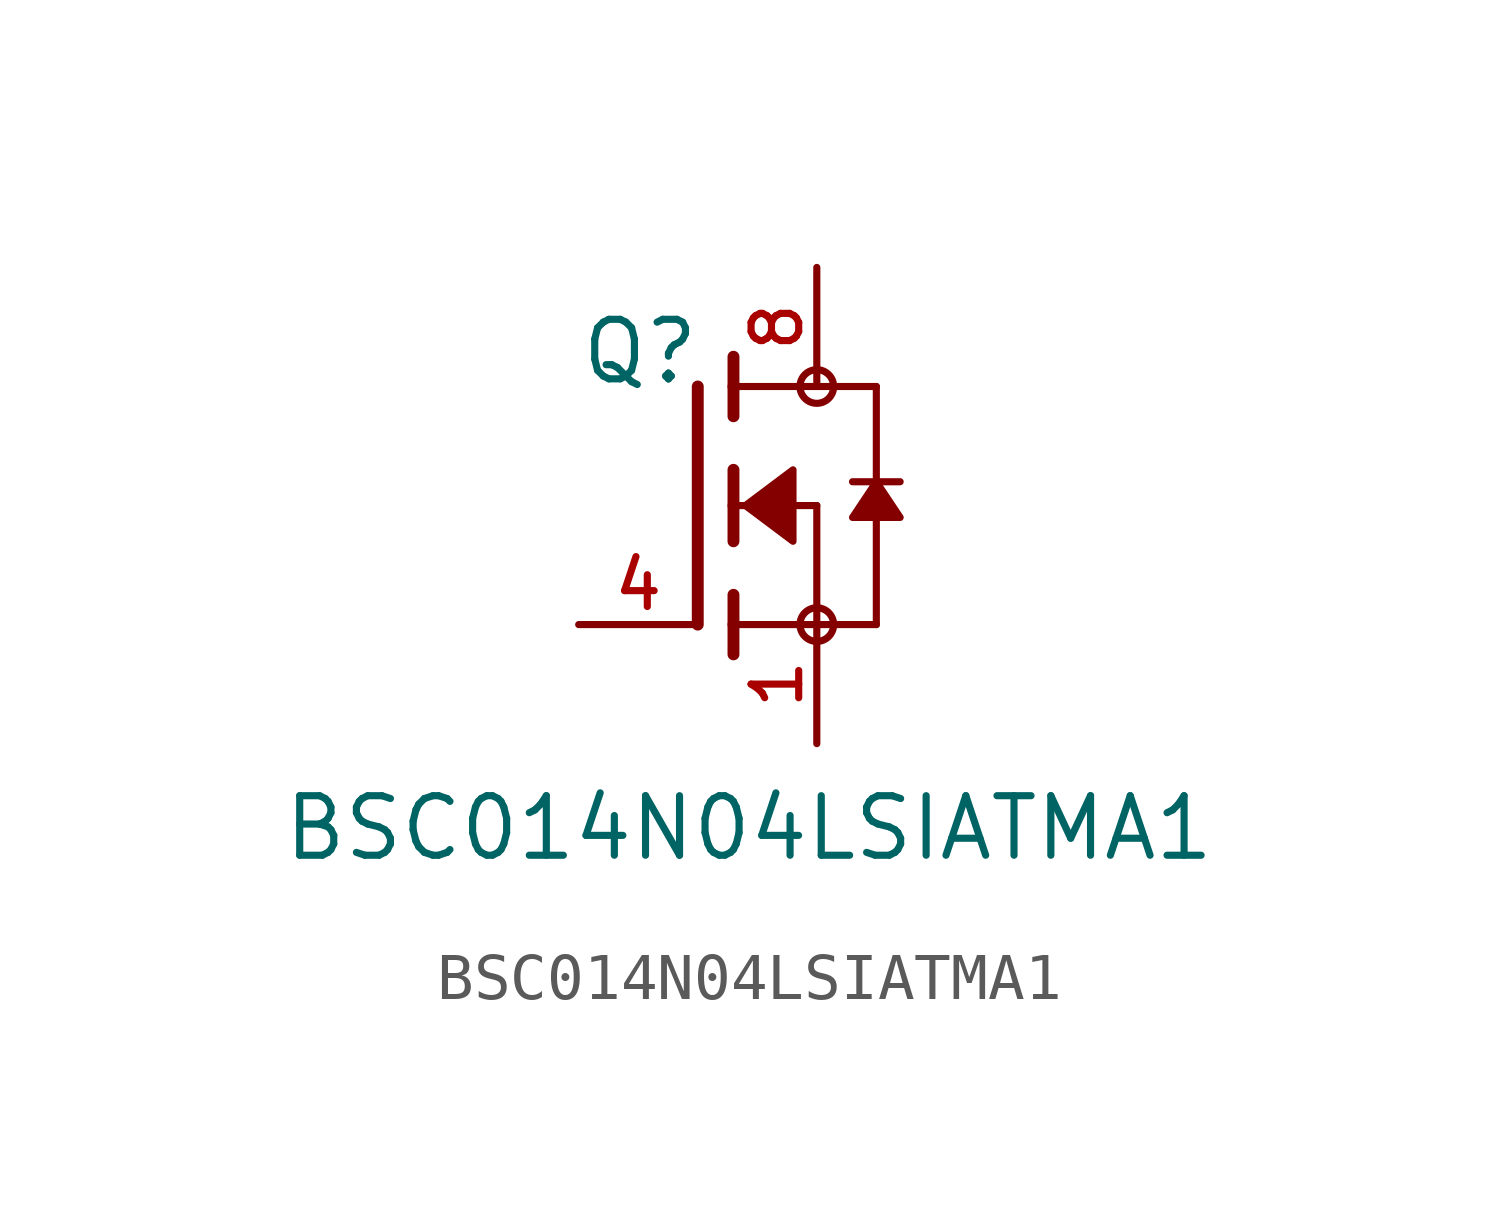
<source format=kicad_sym>
(kicad_symbol_lib
  (version 20220914)
  (generator kicad_symbol_editor)
  (symbol "BSC014N04LSIATMA1"
    (pin_names
      (offset 1.016))
    (property "Reference" "Q"
      (at -2.54 2.54 0)
      (effects (font (size 1.27 1.27)) (justify left bottom)))
    (property "Value" "BSC014N04LSIATMA1"
      (at -8.895 -7.624 0)
      (effects (font (size 1.27 1.27)) (justify left bottom)))
    (symbol "BSC014N04LSIATMA1_0_0"
      (polyline (pts (xy 0 2.54) (xy 0 -2.54)) (stroke (width 0.254) (type default)) (fill (type none)))
      (polyline (pts (xy 0.762 -2.54) (xy 0.762 -3.175)) (stroke (width 0.254) (type default)) (fill (type none)))
      (polyline (pts (xy 0.762 -1.905) (xy 0.762 -2.54)) (stroke (width 0.254) (type default)) (fill (type none)))
      (polyline (pts (xy 0.762 0) (xy 0.762 -0.762)) (stroke (width 0.254) (type default)) (fill (type none)))
      (polyline (pts (xy 0.762 0) (xy 2.54 0)) (stroke (width 0.152) (type default)) (fill (type none)))
      (polyline (pts (xy 0.762 0.762) (xy 0.762 0)) (stroke (width 0.254) (type default)) (fill (type none)))
      (polyline (pts (xy 0.762 2.54) (xy 0.762 1.905)) (stroke (width 0.254) (type default)) (fill (type none)))
      (polyline (pts (xy 0.762 2.54) (xy 3.81 2.54)) (stroke (width 0.152) (type default)) (fill (type none)))
      (polyline (pts (xy 0.762 3.175) (xy 0.762 2.54)) (stroke (width 0.254) (type default)) (fill (type none)))
      (polyline (pts (xy 2.54 -2.54) (xy 0.762 -2.54)) (stroke (width 0.152) (type default)) (fill (type none)))
      (polyline (pts (xy 2.54 -2.54) (xy 3.81 -2.54)) (stroke (width 0.152) (type default)) (fill (type none)))
      (polyline (pts (xy 2.54 0) (xy 2.54 -2.54)) (stroke (width 0.152) (type default)) (fill (type none)))
      (polyline (pts (xy 3.81 0.508) (xy 3.302 0.508)) (stroke (width 0.152) (type default)) (fill (type none)))
      (polyline (pts (xy 3.81 0.508) (xy 3.81 -2.54)) (stroke (width 0.152) (type default)) (fill (type none)))
      (polyline (pts (xy 3.81 2.54) (xy 3.81 0.508)) (stroke (width 0.152) (type default)) (fill (type none)))
      (polyline (pts (xy 4.318 0.508) (xy 3.81 0.508)) (stroke (width 0.152) (type default)) (fill (type none)))
      (polyline (pts (xy 1.016 0) (xy 2.032 0.762) (xy 2.032 -0.762) (xy 1.016 0)) (stroke (width 0.152) (type default)) (fill (type outline)))
      (polyline (pts (xy 3.81 0.508) (xy 3.302 -0.254) (xy 4.318 -0.254) (xy 3.81 0.508)) (stroke (width 0.152) (type default)) (fill (type outline)))
      (circle (center 2.54 -2.54) (radius 0.359) (stroke (width 0) (type default)) (fill (type none)))
      (circle (center 2.54 2.54) (radius 0.359) (stroke (width 0) (type default)) (fill (type none)))
      (pin passive line (at 2.54 -5.08 90) (length 2.54) (name "~" (effects (font (size 1.016 1.016)))) (number "1" (effects (font (size 1.016 1.016)))))
      (pin passive line (at -2.54 -2.54 0) (length 2.54) (name "~" (effects (font (size 1.016 1.016)))) (number "4" (effects (font (size 1.016 1.016)))))
      (pin passive line (at 2.54 5.08 270) (length 2.54) (name "~" (effects (font (size 1.016 1.016)))) (number "8" (effects (font (size 1.016 1.016))))))))
</source>
